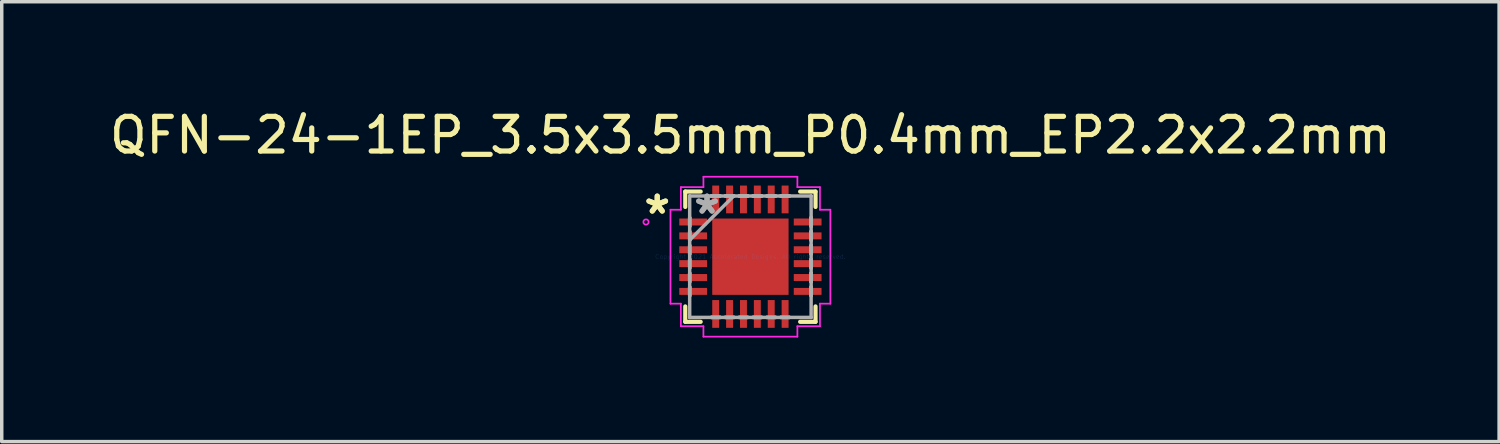
<source format=kicad_pcb>
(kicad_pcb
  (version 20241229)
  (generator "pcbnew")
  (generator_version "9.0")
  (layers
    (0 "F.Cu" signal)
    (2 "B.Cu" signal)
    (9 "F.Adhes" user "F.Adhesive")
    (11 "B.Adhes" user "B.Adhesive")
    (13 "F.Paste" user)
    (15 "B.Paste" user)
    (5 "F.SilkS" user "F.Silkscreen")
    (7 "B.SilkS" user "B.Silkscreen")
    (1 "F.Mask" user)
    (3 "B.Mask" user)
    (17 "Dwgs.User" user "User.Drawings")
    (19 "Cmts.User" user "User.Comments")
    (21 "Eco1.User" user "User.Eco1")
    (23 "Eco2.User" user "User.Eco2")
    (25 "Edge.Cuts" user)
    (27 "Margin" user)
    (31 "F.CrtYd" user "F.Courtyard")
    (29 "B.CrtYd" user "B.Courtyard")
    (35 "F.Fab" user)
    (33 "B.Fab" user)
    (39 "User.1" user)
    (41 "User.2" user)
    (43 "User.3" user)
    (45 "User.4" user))
  (footprint "QFN-24-1EP_3.5x3.5mm_P0.4mm_EP2.2x2.2mm"
    (layer "F.Cu")
    (at 18.577 4.348)
    (property "Reference" "QFN-24-1EP_3.5x3.5mm_P0.4mm_EP2.2x2.2mm" (at 0 -3.5 0) (layer "F.SilkS") (effects (font (size 1 1) (thickness 0.15))))
    (attr through_hole)
    (fp_line (start -1.877 -1.877) (end -1.877 -1.433) (stroke (width 0.12) (type solid)) (layer "F.SilkS"))
    (fp_line (start -1.877 1.433) (end -1.877 1.877) (stroke (width 0.12) (type solid)) (layer "F.SilkS"))
    (fp_line (start -1.877 1.877) (end -1.433 1.877) (stroke (width 0.12) (type solid)) (layer "F.SilkS"))
    (fp_line (start -1.433 -1.877) (end -1.877 -1.877) (stroke (width 0.12) (type solid)) (layer "F.SilkS"))
    (fp_line (start 1.433 1.877) (end 1.877 1.877) (stroke (width 0.12) (type solid)) (layer "F.SilkS"))
    (fp_line (start 1.877 -1.877) (end 1.433 -1.877) (stroke (width 0.12) (type solid)) (layer "F.SilkS"))
    (fp_line (start 1.877 -1.433) (end 1.877 -1.877) (stroke (width 0.12) (type solid)) (layer "F.SilkS"))
    (fp_line (start 1.877 1.877) (end 1.877 1.433) (stroke (width 0.12) (type solid)) (layer "F.SilkS"))
    (fp_line (start -2.304 -1.354) (end -2.004 -1.354) (stroke (width 0.05) (type solid)) (layer "F.CrtYd"))
    (fp_line (start -2.304 1.354) (end -2.304 -1.354) (stroke (width 0.05) (type solid)) (layer "F.CrtYd"))
    (fp_line (start -2.004 -2.004) (end -1.354 -2.004) (stroke (width 0.05) (type solid)) (layer "F.CrtYd"))
    (fp_line (start -2.004 -1.354) (end -2.004 -2.004) (stroke (width 0.05) (type solid)) (layer "F.CrtYd"))
    (fp_line (start -2.004 1.354) (end -2.304 1.354) (stroke (width 0.05) (type solid)) (layer "F.CrtYd"))
    (fp_line (start -2.004 2.004) (end -2.004 1.354) (stroke (width 0.05) (type solid)) (layer "F.CrtYd"))
    (fp_line (start -1.354 -2.304) (end 1.354 -2.304) (stroke (width 0.05) (type solid)) (layer "F.CrtYd"))
    (fp_line (start -1.354 -2.004) (end -1.354 -2.304) (stroke (width 0.05) (type solid)) (layer "F.CrtYd"))
    (fp_line (start -1.354 2.004) (end -2.004 2.004) (stroke (width 0.05) (type solid)) (layer "F.CrtYd"))
    (fp_line (start -1.354 2.304) (end -1.354 2.004) (stroke (width 0.05) (type solid)) (layer "F.CrtYd"))
    (fp_line (start 1.354 -2.304) (end 1.354 -2.004) (stroke (width 0.05) (type solid)) (layer "F.CrtYd"))
    (fp_line (start 1.354 -2.004) (end 2.004 -2.004) (stroke (width 0.05) (type solid)) (layer "F.CrtYd"))
    (fp_line (start 1.354 2.004) (end 1.354 2.304) (stroke (width 0.05) (type solid)) (layer "F.CrtYd"))
    (fp_line (start 1.354 2.304) (end -1.354 2.304) (stroke (width 0.05) (type solid)) (layer "F.CrtYd"))
    (fp_line (start 2.004 -2.004) (end 2.004 -1.354) (stroke (width 0.05) (type solid)) (layer "F.CrtYd"))
    (fp_line (start 2.004 -1.354) (end 2.304 -1.354) (stroke (width 0.05) (type solid)) (layer "F.CrtYd"))
    (fp_line (start 2.004 1.354) (end 2.004 2.004) (stroke (width 0.05) (type solid)) (layer "F.CrtYd"))
    (fp_line (start 2.004 2.004) (end 1.354 2.004) (stroke (width 0.05) (type solid)) (layer "F.CrtYd"))
    (fp_line (start 2.304 -1.354) (end 2.304 1.354) (stroke (width 0.05) (type solid)) (layer "F.CrtYd"))
    (fp_line (start 2.304 1.354) (end 2.004 1.354) (stroke (width 0.05) (type solid)) (layer "F.CrtYd"))
    (fp_circle (center -3.009 -1) (end -2.933 -1) (stroke (width 0.05) (type solid)) (fill no) (layer "F.CrtYd"))
    (fp_line (start -1.75 -1.75) (end -1.75 -1.75) (stroke (width 0.1) (type solid)) (layer "F.Fab"))
    (fp_line (start -1.75 -1.75) (end -1.75 1.75) (stroke (width 0.1) (type solid)) (layer "F.Fab"))
    (fp_line (start -1.75 -1.125) (end -1.75 -1.125) (stroke (width 0.1) (type solid)) (layer "F.Fab"))
    (fp_line (start -1.75 -1.125) (end -1.75 -0.875) (stroke (width 0.1) (type solid)) (layer "F.Fab"))
    (fp_line (start -1.75 -0.875) (end -1.75 -1.125) (stroke (width 0.1) (type solid)) (layer "F.Fab"))
    (fp_line (start -1.75 -0.875) (end -1.75 -0.875) (stroke (width 0.1) (type solid)) (layer "F.Fab"))
    (fp_line (start -1.75 -0.725) (end -1.75 -0.725) (stroke (width 0.1) (type solid)) (layer "F.Fab"))
    (fp_line (start -1.75 -0.725) (end -1.75 -0.475) (stroke (width 0.1) (type solid)) (layer "F.Fab"))
    (fp_line (start -1.75 -0.48) (end -0.48 -1.75) (stroke (width 0.1) (type solid)) (layer "F.Fab"))
    (fp_line (start -1.75 -0.475) (end -1.75 -0.725) (stroke (width 0.1) (type solid)) (layer "F.Fab"))
    (fp_line (start -1.75 -0.475) (end -1.75 -0.475) (stroke (width 0.1) (type solid)) (layer "F.Fab"))
    (fp_line (start -1.75 -0.325) (end -1.75 -0.325) (stroke (width 0.1) (type solid)) (layer "F.Fab"))
    (fp_line (start -1.75 -0.325) (end -1.75 -0.075) (stroke (width 0.1) (type solid)) (layer "F.Fab"))
    (fp_line (start -1.75 -0.075) (end -1.75 -0.325) (stroke (width 0.1) (type solid)) (layer "F.Fab"))
    (fp_line (start -1.75 -0.075) (end -1.75 -0.075) (stroke (width 0.1) (type solid)) (layer "F.Fab"))
    (fp_line (start -1.75 0.075) (end -1.75 0.075) (stroke (width 0.1) (type solid)) (layer "F.Fab"))
    (fp_line (start -1.75 0.075) (end -1.75 0.325) (stroke (width 0.1) (type solid)) (layer "F.Fab"))
    (fp_line (start -1.75 0.325) (end -1.75 0.075) (stroke (width 0.1) (type solid)) (layer "F.Fab"))
    (fp_line (start -1.75 0.325) (end -1.75 0.325) (stroke (width 0.1) (type solid)) (layer "F.Fab"))
    (fp_line (start -1.75 0.475) (end -1.75 0.475) (stroke (width 0.1) (type solid)) (layer "F.Fab"))
    (fp_line (start -1.75 0.475) (end -1.75 0.725) (stroke (width 0.1) (type solid)) (layer "F.Fab"))
    (fp_line (start -1.75 0.725) (end -1.75 0.475) (stroke (width 0.1) (type solid)) (layer "F.Fab"))
    (fp_line (start -1.75 0.725) (end -1.75 0.725) (stroke (width 0.1) (type solid)) (layer "F.Fab"))
    (fp_line (start -1.75 0.875) (end -1.75 0.875) (stroke (width 0.1) (type solid)) (layer "F.Fab"))
    (fp_line (start -1.75 0.875) (end -1.75 1.125) (stroke (width 0.1) (type solid)) (layer "F.Fab"))
    (fp_line (start -1.75 1.125) (end -1.75 0.875) (stroke (width 0.1) (type solid)) (layer "F.Fab"))
    (fp_line (start -1.75 1.125) (end -1.75 1.125) (stroke (width 0.1) (type solid)) (layer "F.Fab"))
    (fp_line (start -1.75 1.75) (end -1.75 1.75) (stroke (width 0.1) (type solid)) (layer "F.Fab"))
    (fp_line (start -1.75 1.75) (end 1.75 1.75) (stroke (width 0.1) (type solid)) (layer "F.Fab"))
    (fp_line (start -1.125 -1.75) (end -1.125 -1.75) (stroke (width 0.1) (type solid)) (layer "F.Fab"))
    (fp_line (start -1.125 -1.75) (end -0.875 -1.75) (stroke (width 0.1) (type solid)) (layer "F.Fab"))
    (fp_line (start -1.125 1.75) (end -1.125 1.75) (stroke (width 0.1) (type solid)) (layer "F.Fab"))
    (fp_line (start -1.125 1.75) (end -0.875 1.75) (stroke (width 0.1) (type solid)) (layer "F.Fab"))
    (fp_line (start -0.875 -1.75) (end -1.125 -1.75) (stroke (width 0.1) (type solid)) (layer "F.Fab"))
    (fp_line (start -0.875 -1.75) (end -0.875 -1.75) (stroke (width 0.1) (type solid)) (layer "F.Fab"))
    (fp_line (start -0.875 1.75) (end -1.125 1.75) (stroke (width 0.1) (type solid)) (layer "F.Fab"))
    (fp_line (start -0.875 1.75) (end -0.875 1.75) (stroke (width 0.1) (type solid)) (layer "F.Fab"))
    (fp_line (start -0.725 -1.75) (end -0.725 -1.75) (stroke (width 0.1) (type solid)) (layer "F.Fab"))
    (fp_line (start -0.725 -1.75) (end -0.475 -1.75) (stroke (width 0.1) (type solid)) (layer "F.Fab"))
    (fp_line (start -0.725 1.75) (end -0.725 1.75) (stroke (width 0.1) (type solid)) (layer "F.Fab"))
    (fp_line (start -0.725 1.75) (end -0.475 1.75) (stroke (width 0.1) (type solid)) (layer "F.Fab"))
    (fp_line (start -0.475 -1.75) (end -0.725 -1.75) (stroke (width 0.1) (type solid)) (layer "F.Fab"))
    (fp_line (start -0.475 -1.75) (end -0.475 -1.75) (stroke (width 0.1) (type solid)) (layer "F.Fab"))
    (fp_line (start -0.475 1.75) (end -0.725 1.75) (stroke (width 0.1) (type solid)) (layer "F.Fab"))
    (fp_line (start -0.475 1.75) (end -0.475 1.75) (stroke (width 0.1) (type solid)) (layer "F.Fab"))
    (fp_line (start -0.325 -1.75) (end -0.325 -1.75) (stroke (width 0.1) (type solid)) (layer "F.Fab"))
    (fp_line (start -0.325 -1.75) (end -0.075 -1.75) (stroke (width 0.1) (type solid)) (layer "F.Fab"))
    (fp_line (start -0.325 1.75) (end -0.325 1.75) (stroke (width 0.1) (type solid)) (layer "F.Fab"))
    (fp_line (start -0.325 1.75) (end -0.075 1.75) (stroke (width 0.1) (type solid)) (layer "F.Fab"))
    (fp_line (start -0.075 -1.75) (end -0.325 -1.75) (stroke (width 0.1) (type solid)) (layer "F.Fab"))
    (fp_line (start -0.075 -1.75) (end -0.075 -1.75) (stroke (width 0.1) (type solid)) (layer "F.Fab"))
    (fp_line (start -0.075 1.75) (end -0.325 1.75) (stroke (width 0.1) (type solid)) (layer "F.Fab"))
    (fp_line (start -0.075 1.75) (end -0.075 1.75) (stroke (width 0.1) (type solid)) (layer "F.Fab"))
    (fp_line (start 0.075 -1.75) (end 0.075 -1.75) (stroke (width 0.1) (type solid)) (layer "F.Fab"))
    (fp_line (start 0.075 -1.75) (end 0.325 -1.75) (stroke (width 0.1) (type solid)) (layer "F.Fab"))
    (fp_line (start 0.075 1.75) (end 0.075 1.75) (stroke (width 0.1) (type solid)) (layer "F.Fab"))
    (fp_line (start 0.075 1.75) (end 0.325 1.75) (stroke (width 0.1) (type solid)) (layer "F.Fab"))
    (fp_line (start 0.325 -1.75) (end 0.075 -1.75) (stroke (width 0.1) (type solid)) (layer "F.Fab"))
    (fp_line (start 0.325 -1.75) (end 0.325 -1.75) (stroke (width 0.1) (type solid)) (layer "F.Fab"))
    (fp_line (start 0.325 1.75) (end 0.075 1.75) (stroke (width 0.1) (type solid)) (layer "F.Fab"))
    (fp_line (start 0.325 1.75) (end 0.325 1.75) (stroke (width 0.1) (type solid)) (layer "F.Fab"))
    (fp_line (start 0.475 -1.75) (end 0.475 -1.75) (stroke (width 0.1) (type solid)) (layer "F.Fab"))
    (fp_line (start 0.475 -1.75) (end 0.725 -1.75) (stroke (width 0.1) (type solid)) (layer "F.Fab"))
    (fp_line (start 0.475 1.75) (end 0.475 1.75) (stroke (width 0.1) (type solid)) (layer "F.Fab"))
    (fp_line (start 0.475 1.75) (end 0.725 1.75) (stroke (width 0.1) (type solid)) (layer "F.Fab"))
    (fp_line (start 0.725 -1.75) (end 0.475 -1.75) (stroke (width 0.1) (type solid)) (layer "F.Fab"))
    (fp_line (start 0.725 -1.75) (end 0.725 -1.75) (stroke (width 0.1) (type solid)) (layer "F.Fab"))
    (fp_line (start 0.725 1.75) (end 0.475 1.75) (stroke (width 0.1) (type solid)) (layer "F.Fab"))
    (fp_line (start 0.725 1.75) (end 0.725 1.75) (stroke (width 0.1) (type solid)) (layer "F.Fab"))
    (fp_line (start 0.875 -1.75) (end 0.875 -1.75) (stroke (width 0.1) (type solid)) (layer "F.Fab"))
    (fp_line (start 0.875 -1.75) (end 1.125 -1.75) (stroke (width 0.1) (type solid)) (layer "F.Fab"))
    (fp_line (start 0.875 1.75) (end 0.875 1.75) (stroke (width 0.1) (type solid)) (layer "F.Fab"))
    (fp_line (start 0.875 1.75) (end 1.125 1.75) (stroke (width 0.1) (type solid)) (layer "F.Fab"))
    (fp_line (start 1.125 -1.75) (end 0.875 -1.75) (stroke (width 0.1) (type solid)) (layer "F.Fab"))
    (fp_line (start 1.125 -1.75) (end 1.125 -1.75) (stroke (width 0.1) (type solid)) (layer "F.Fab"))
    (fp_line (start 1.125 1.75) (end 0.875 1.75) (stroke (width 0.1) (type solid)) (layer "F.Fab"))
    (fp_line (start 1.125 1.75) (end 1.125 1.75) (stroke (width 0.1) (type solid)) (layer "F.Fab"))
    (fp_line (start 1.75 -1.75) (end -1.75 -1.75) (stroke (width 0.1) (type solid)) (layer "F.Fab"))
    (fp_line (start 1.75 -1.75) (end 1.75 -1.75) (stroke (width 0.1) (type solid)) (layer "F.Fab"))
    (fp_line (start 1.75 -1.125) (end 1.75 -1.125) (stroke (width 0.1) (type solid)) (layer "F.Fab"))
    (fp_line (start 1.75 -1.125) (end 1.75 -0.875) (stroke (width 0.1) (type solid)) (layer "F.Fab"))
    (fp_line (start 1.75 -0.875) (end 1.75 -1.125) (stroke (width 0.1) (type solid)) (layer "F.Fab"))
    (fp_line (start 1.75 -0.875) (end 1.75 -0.875) (stroke (width 0.1) (type solid)) (layer "F.Fab"))
    (fp_line (start 1.75 -0.725) (end 1.75 -0.725) (stroke (width 0.1) (type solid)) (layer "F.Fab"))
    (fp_line (start 1.75 -0.725) (end 1.75 -0.475) (stroke (width 0.1) (type solid)) (layer "F.Fab"))
    (fp_line (start 1.75 -0.475) (end 1.75 -0.725) (stroke (width 0.1) (type solid)) (layer "F.Fab"))
    (fp_line (start 1.75 -0.475) (end 1.75 -0.475) (stroke (width 0.1) (type solid)) (layer "F.Fab"))
    (fp_line (start 1.75 -0.325) (end 1.75 -0.325) (stroke (width 0.1) (type solid)) (layer "F.Fab"))
    (fp_line (start 1.75 -0.325) (end 1.75 -0.075) (stroke (width 0.1) (type solid)) (layer "F.Fab"))
    (fp_line (start 1.75 -0.075) (end 1.75 -0.325) (stroke (width 0.1) (type solid)) (layer "F.Fab"))
    (fp_line (start 1.75 -0.075) (end 1.75 -0.075) (stroke (width 0.1) (type solid)) (layer "F.Fab"))
    (fp_line (start 1.75 0.075) (end 1.75 0.075) (stroke (width 0.1) (type solid)) (layer "F.Fab"))
    (fp_line (start 1.75 0.075) (end 1.75 0.325) (stroke (width 0.1) (type solid)) (layer "F.Fab"))
    (fp_line (start 1.75 0.325) (end 1.75 0.075) (stroke (width 0.1) (type solid)) (layer "F.Fab"))
    (fp_line (start 1.75 0.325) (end 1.75 0.325) (stroke (width 0.1) (type solid)) (layer "F.Fab"))
    (fp_line (start 1.75 0.475) (end 1.75 0.475) (stroke (width 0.1) (type solid)) (layer "F.Fab"))
    (fp_line (start 1.75 0.475) (end 1.75 0.725) (stroke (width 0.1) (type solid)) (layer "F.Fab"))
    (fp_line (start 1.75 0.725) (end 1.75 0.475) (stroke (width 0.1) (type solid)) (layer "F.Fab"))
    (fp_line (start 1.75 0.725) (end 1.75 0.725) (stroke (width 0.1) (type solid)) (layer "F.Fab"))
    (fp_line (start 1.75 0.875) (end 1.75 0.875) (stroke (width 0.1) (type solid)) (layer "F.Fab"))
    (fp_line (start 1.75 0.875) (end 1.75 1.125) (stroke (width 0.1) (type solid)) (layer "F.Fab"))
    (fp_line (start 1.75 1.125) (end 1.75 0.875) (stroke (width 0.1) (type solid)) (layer "F.Fab"))
    (fp_line (start 1.75 1.125) (end 1.75 1.125) (stroke (width 0.1) (type solid)) (layer "F.Fab"))
    (fp_line (start 1.75 1.75) (end 1.75 -1.75) (stroke (width 0.1) (type solid)) (layer "F.Fab"))
    (fp_line (start 1.75 1.75) (end 1.75 1.75) (stroke (width 0.1) (type solid)) (layer "F.Fab"))
    (fp_text user "*" (at -2.685 -1.2 0) (layer "F.SilkS") (effects (font (size 1 1) (thickness 0.15))))
    (fp_text user "*" (at -2.685 -1.2 0) (layer "F.SilkS") (effects (font (size 1 1) (thickness 0.15))))
    (fp_text user "Copyright 2021 Accelerated Designs. All rights reserved." (at 0 0 0) (layer "Cmts.User") (effects (font (size 0.127 0.127) (thickness 0.002))))
    (fp_text user "*" (at -1.25 -1.2 0) (layer "F.Fab") (effects (font (size 1 1) (thickness 0.15))))
    (fp_text user "*" (at -1.25 -1.2 0) (layer "F.Fab") (effects (font (size 1 1) (thickness 0.15))))
    (pad "1" smd rect (at -1.65 -1 90) (size 0.2 0.8) (layers "F.Cu" "F.Mask" "F.Paste"))
    (pad "2" smd rect (at -1.65 -0.6 90) (size 0.2 0.8) (layers "F.Cu" "F.Mask" "F.Paste"))
    (pad "3" smd rect (at -1.65 -0.2 90) (size 0.2 0.8) (layers "F.Cu" "F.Mask" "F.Paste"))
    (pad "4" smd rect (at -1.65 0.2 90) (size 0.2 0.8) (layers "F.Cu" "F.Mask" "F.Paste"))
    (pad "5" smd rect (at -1.65 0.6 90) (size 0.2 0.8) (layers "F.Cu" "F.Mask" "F.Paste"))
    (pad "6" smd rect (at -1.65 1 90) (size 0.2 0.8) (layers "F.Cu" "F.Mask" "F.Paste"))
    (pad "7" smd rect (at -1 1.65) (size 0.2 0.8) (layers "F.Cu" "F.Mask" "F.Paste"))
    (pad "8" smd rect (at -0.6 1.65) (size 0.2 0.8) (layers "F.Cu" "F.Mask" "F.Paste"))
    (pad "9" smd rect (at -0.2 1.65) (size 0.2 0.8) (layers "F.Cu" "F.Mask" "F.Paste"))
    (pad "10" smd rect (at 0.2 1.65) (size 0.2 0.8) (layers "F.Cu" "F.Mask" "F.Paste"))
    (pad "11" smd rect (at 0.6 1.65) (size 0.2 0.8) (layers "F.Cu" "F.Mask" "F.Paste"))
    (pad "12" smd rect (at 1 1.65) (size 0.2 0.8) (layers "F.Cu" "F.Mask" "F.Paste"))
    (pad "13" smd rect (at 1.65 1 90) (size 0.2 0.8) (layers "F.Cu" "F.Mask" "F.Paste"))
    (pad "14" smd rect (at 1.65 0.6 90) (size 0.2 0.8) (layers "F.Cu" "F.Mask" "F.Paste"))
    (pad "15" smd rect (at 1.65 0.2 90) (size 0.2 0.8) (layers "F.Cu" "F.Mask" "F.Paste"))
    (pad "16" smd rect (at 1.65 -0.2 90) (size 0.2 0.8) (layers "F.Cu" "F.Mask" "F.Paste"))
    (pad "17" smd rect (at 1.65 -0.6 90) (size 0.2 0.8) (layers "F.Cu" "F.Mask" "F.Paste"))
    (pad "18" smd rect (at 1.65 -1 90) (size 0.2 0.8) (layers "F.Cu" "F.Mask" "F.Paste"))
    (pad "19" smd rect (at 1 -1.65) (size 0.2 0.8) (layers "F.Cu" "F.Mask" "F.Paste"))
    (pad "20" smd rect (at 0.6 -1.65) (size 0.2 0.8) (layers "F.Cu" "F.Mask" "F.Paste"))
    (pad "21" smd rect (at 0.2 -1.65) (size 0.2 0.8) (layers "F.Cu" "F.Mask" "F.Paste"))
    (pad "22" smd rect (at -0.2 -1.65) (size 0.2 0.8) (layers "F.Cu" "F.Mask" "F.Paste"))
    (pad "23" smd rect (at -0.6 -1.65) (size 0.2 0.8) (layers "F.Cu" "F.Mask" "F.Paste"))
    (pad "24" smd rect (at -1 -1.65) (size 0.2 0.8) (layers "F.Cu" "F.Mask" "F.Paste"))
    (pad "25" smd rect (at 0 0) (size 2.2 2.2) (layers "F.Cu" "F.Mask" "F.Paste")))
  (gr_rect
    (start -3 -3)
    (end 40.155 9.677)
    (stroke (width 0.1) (type default))
    (fill no)
    (layer "Edge.Cuts")))
</source>
